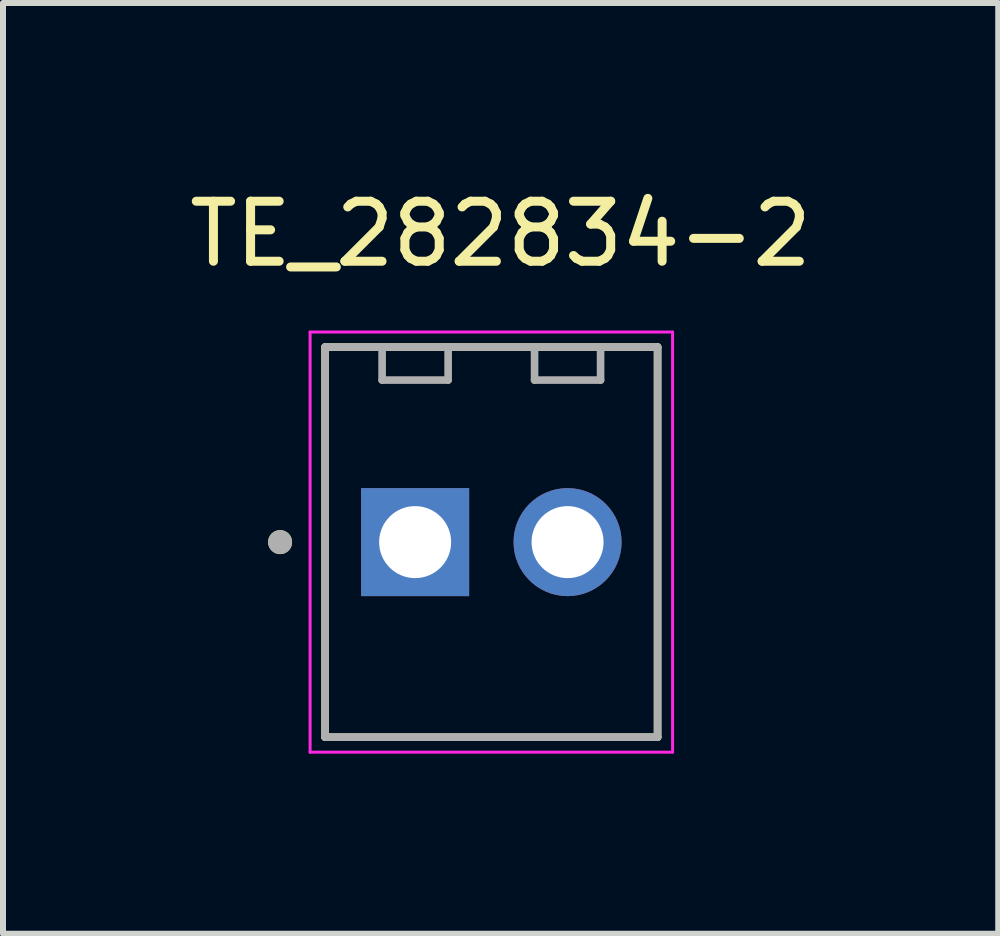
<source format=kicad_pcb>
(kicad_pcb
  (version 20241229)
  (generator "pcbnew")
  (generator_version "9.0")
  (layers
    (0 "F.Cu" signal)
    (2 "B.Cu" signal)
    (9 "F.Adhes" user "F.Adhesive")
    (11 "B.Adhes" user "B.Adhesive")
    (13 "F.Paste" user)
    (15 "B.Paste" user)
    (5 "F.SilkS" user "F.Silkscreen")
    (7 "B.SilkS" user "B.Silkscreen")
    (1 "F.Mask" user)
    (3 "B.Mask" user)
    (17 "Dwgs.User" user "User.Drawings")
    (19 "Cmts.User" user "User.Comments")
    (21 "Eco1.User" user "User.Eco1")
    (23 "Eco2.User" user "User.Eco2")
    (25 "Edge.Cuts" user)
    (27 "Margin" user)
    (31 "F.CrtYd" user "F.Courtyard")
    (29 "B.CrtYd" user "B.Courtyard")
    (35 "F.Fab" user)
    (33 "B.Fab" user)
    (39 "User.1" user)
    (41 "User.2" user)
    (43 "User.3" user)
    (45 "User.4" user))
  (footprint "TE_282834-2"
    (layer "F.Cu")
    (at 5.137 5.983)
    (property "Reference" "TE_282834-2" (at 0.155 -5.135 0) (layer "F.SilkS") (effects (font (size 1 1) (thickness 0.15))))
    (attr through_hole)
    (fp_line (start -2.77 -3.25) (end 2.77 -3.25) (stroke (width 0.127) (type solid)) (layer "F.SilkS"))
    (fp_line (start -2.77 3.25) (end -2.77 -3.25) (stroke (width 0.127) (type solid)) (layer "F.SilkS"))
    (fp_line (start 2.77 -3.25) (end 2.77 3.25) (stroke (width 0.127) (type solid)) (layer "F.SilkS"))
    (fp_line (start 2.77 3.25) (end -2.77 3.25) (stroke (width 0.127) (type solid)) (layer "F.SilkS"))
    (fp_circle (center -3.52 0) (end -3.42 0) (stroke (width 0.2) (type solid)) (fill no) (layer "F.SilkS"))
    (fp_line (start -3.02 -3.5) (end -3.02 3.5) (stroke (width 0.05) (type solid)) (layer "F.CrtYd"))
    (fp_line (start -3.02 3.5) (end 3.02 3.5) (stroke (width 0.05) (type solid)) (layer "F.CrtYd"))
    (fp_line (start 3.02 -3.5) (end -3.02 -3.5) (stroke (width 0.05) (type solid)) (layer "F.CrtYd"))
    (fp_line (start 3.02 3.5) (end 3.02 -3.5) (stroke (width 0.05) (type solid)) (layer "F.CrtYd"))
    (fp_line (start -2.77 -3.25) (end 2.77 -3.25) (stroke (width 0.127) (type solid)) (layer "F.Fab"))
    (fp_line (start -2.77 3.25) (end -2.77 -3.25) (stroke (width 0.127) (type solid)) (layer "F.Fab"))
    (fp_line (start -1.82 -2.7) (end -1.82 -3.2) (stroke (width 0.127) (type solid)) (layer "F.Fab"))
    (fp_line (start -1.82 -2.7) (end -0.72 -2.7) (stroke (width 0.127) (type solid)) (layer "F.Fab"))
    (fp_line (start -0.72 -2.7) (end -0.72 -3.2) (stroke (width 0.127) (type solid)) (layer "F.Fab"))
    (fp_line (start 0.72 -2.7) (end 0.72 -3.2) (stroke (width 0.127) (type solid)) (layer "F.Fab"))
    (fp_line (start 0.72 -2.7) (end 1.82 -2.7) (stroke (width 0.127) (type solid)) (layer "F.Fab"))
    (fp_line (start 1.82 -2.7) (end 1.82 -3.2) (stroke (width 0.127) (type solid)) (layer "F.Fab"))
    (fp_line (start 2.77 -3.25) (end 2.77 3.25) (stroke (width 0.127) (type solid)) (layer "F.Fab"))
    (fp_line (start 2.77 3.25) (end -2.77 3.25) (stroke (width 0.127) (type solid)) (layer "F.Fab"))
    (fp_circle (center -3.52 0) (end -3.42 0) (stroke (width 0.2) (type solid)) (fill no) (layer "F.Fab"))
    (pad "1" thru_hole rect (at -1.27 0) (size 1.8 1.8) (drill 1.2) (layers "*.Cu" "*.Mask"))
    (pad "2" thru_hole circle (at 1.27 0) (size 1.8 1.8) (drill 1.2) (layers "*.Cu" "*.Mask")))
  (gr_rect
    (start -3 -3)
    (end 13.583 12.508)
    (stroke (width 0.1) (type default))
    (fill no)
    (layer "Edge.Cuts")))
</source>
